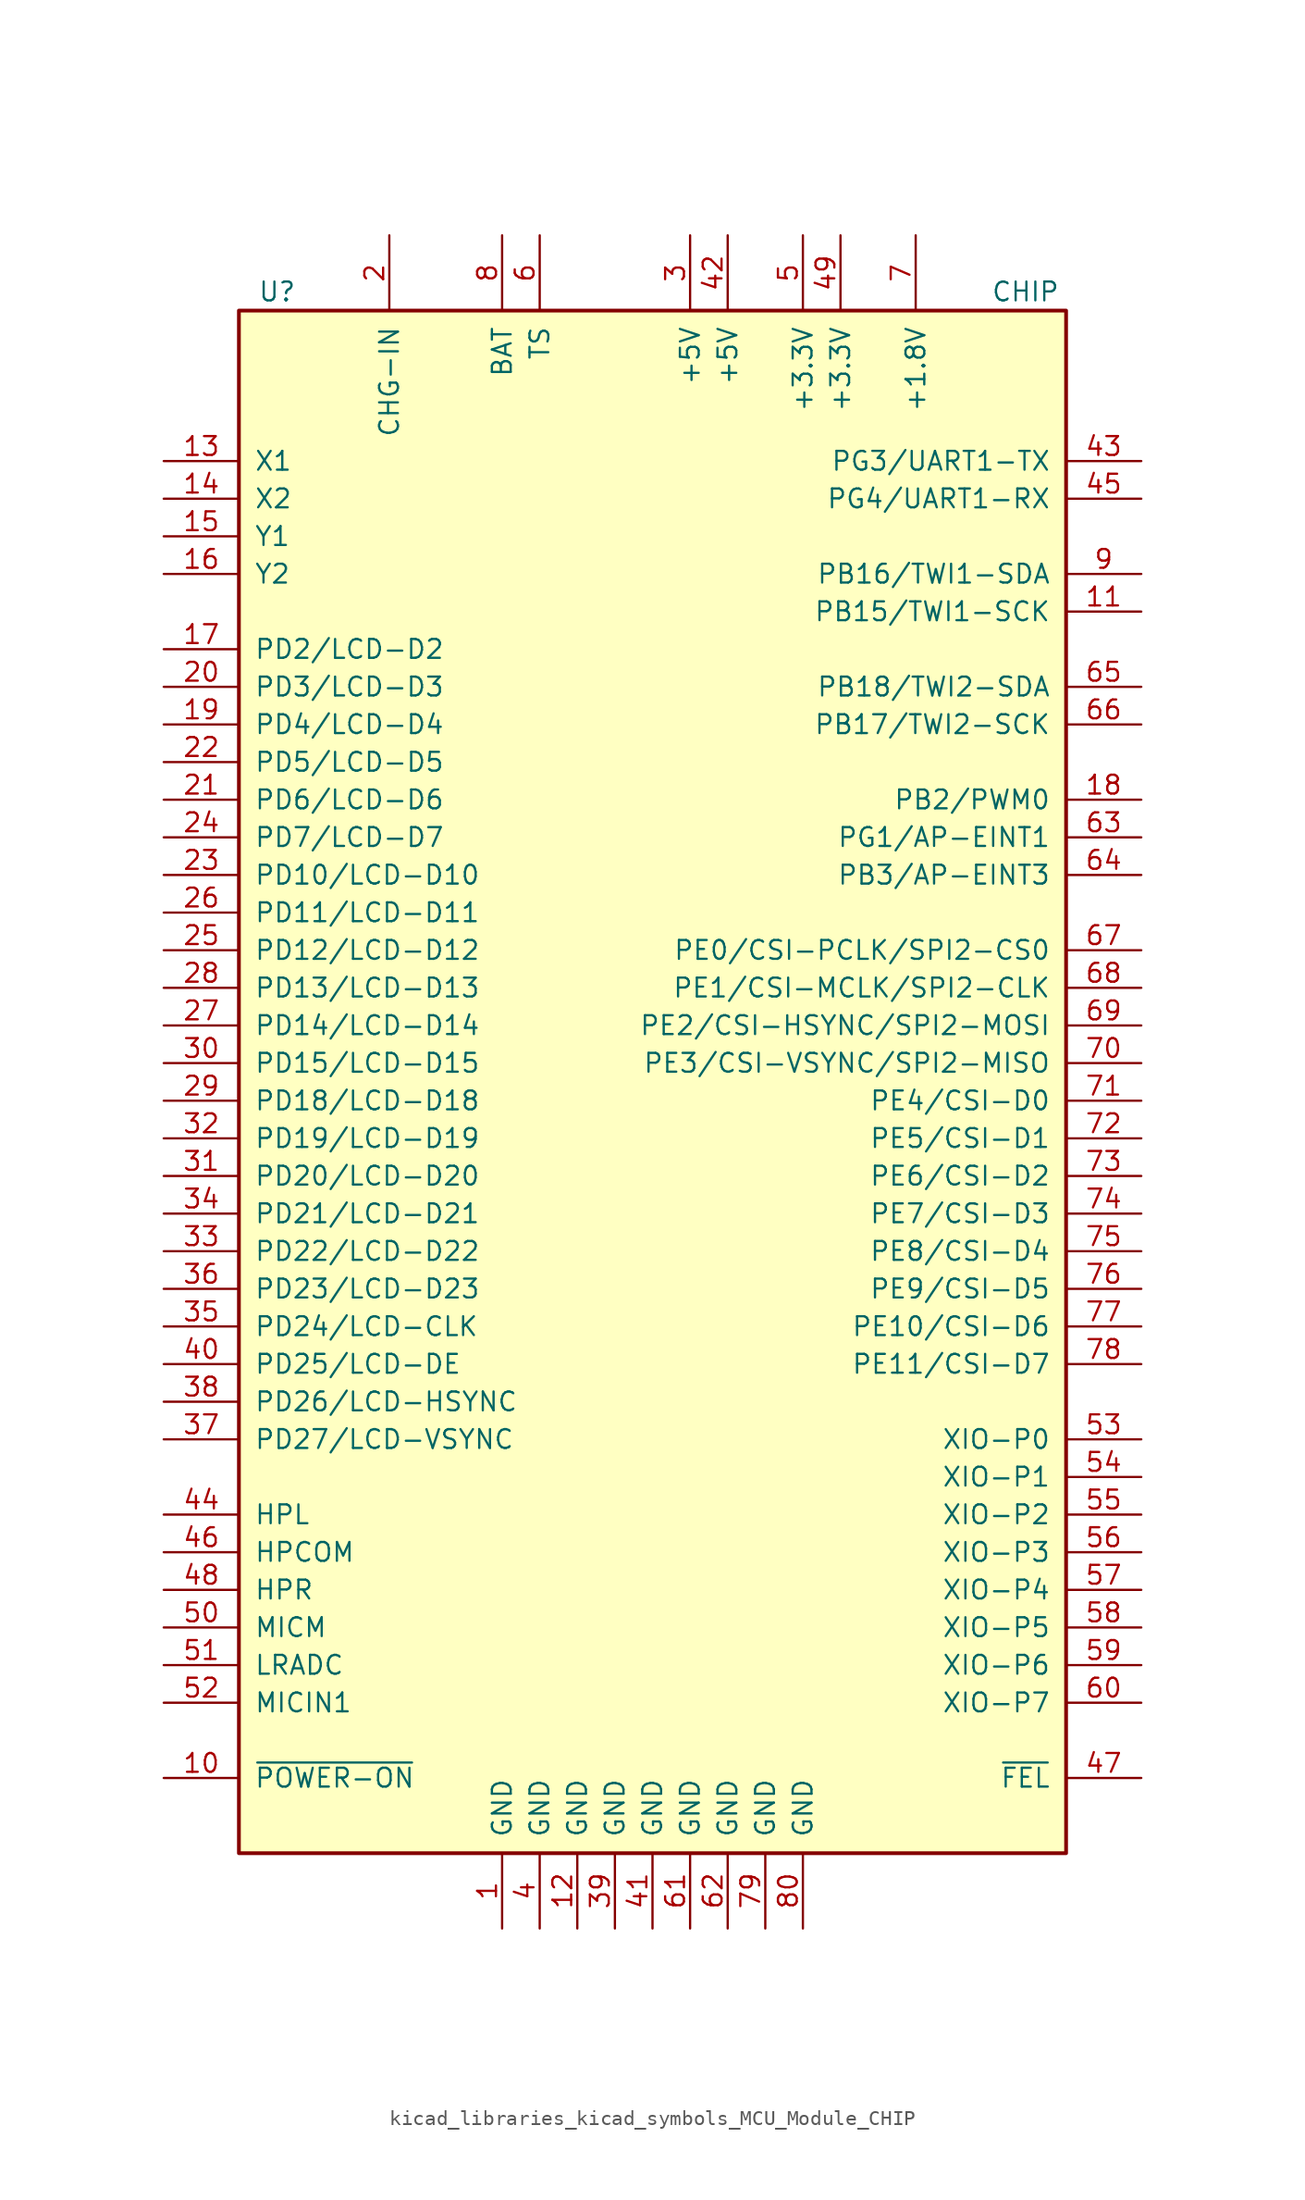
<source format=kicad_sym>
(kicad_symbol_lib
  (version 20220914)
  (generator kicad_symbol_editor)
  (symbol "kicad_libraries_kicad_symbols_MCU_Module_CHIP"
    (pin_names
      (offset 1.016))
    (property "Reference" "U"
      (at -26.67 49.53 0)
      (effects (font (size 1.27 1.27)) (justify left)))
    (property "Value" "CHIP"
      (at 22.86 49.53 0)
      (effects (font (size 1.27 1.27)) (justify left)))
    (symbol "kicad_libraries_kicad_symbols_MCU_Module_CHIP_0_1"
      (rectangle (start -27.94 48.26) (end 27.94 -55.88) (stroke (width 0.254) (type default)) (fill (type background))))
    (symbol "kicad_libraries_kicad_symbols_MCU_Module_CHIP_1_1"
      (pin power_in line (at -10.16 -60.96 90) (length 5.08) (name "GND" (effects (font (size 1.27 1.27)))) (number "1" (effects (font (size 1.27 1.27)))))
      (pin input line (at -33.02 -50.8 0) (length 5.08) (name "~{POWER-ON}" (effects (font (size 1.27 1.27)))) (number "10" (effects (font (size 1.27 1.27)))))
      (pin bidirectional line (at 33.02 27.94 180) (length 5.08) (name "PB15/TWI1-SCK" (effects (font (size 1.27 1.27)))) (number "11" (effects (font (size 1.27 1.27)))))
      (pin power_in line (at -5.08 -60.96 90) (length 5.08) (name "GND" (effects (font (size 1.27 1.27)))) (number "12" (effects (font (size 1.27 1.27)))))
      (pin input line (at -33.02 38.1 0) (length 5.08) (name "X1" (effects (font (size 1.27 1.27)))) (number "13" (effects (font (size 1.27 1.27)))))
      (pin input line (at -33.02 35.56 0) (length 5.08) (name "X2" (effects (font (size 1.27 1.27)))) (number "14" (effects (font (size 1.27 1.27)))))
      (pin input line (at -33.02 33.02 0) (length 5.08) (name "Y1" (effects (font (size 1.27 1.27)))) (number "15" (effects (font (size 1.27 1.27)))))
      (pin input line (at -33.02 30.48 0) (length 5.08) (name "Y2" (effects (font (size 1.27 1.27)))) (number "16" (effects (font (size 1.27 1.27)))))
      (pin bidirectional line (at -33.02 25.4 0) (length 5.08) (name "PD2/LCD-D2" (effects (font (size 1.27 1.27)))) (number "17" (effects (font (size 1.27 1.27)))))
      (pin bidirectional line (at 33.02 15.24 180) (length 5.08) (name "PB2/PWM0" (effects (font (size 1.27 1.27)))) (number "18" (effects (font (size 1.27 1.27)))))
      (pin bidirectional line (at -33.02 20.32 0) (length 5.08) (name "PD4/LCD-D4" (effects (font (size 1.27 1.27)))) (number "19" (effects (font (size 1.27 1.27)))))
      (pin power_in line (at -17.78 53.34 270) (length 5.08) (name "CHG-IN" (effects (font (size 1.27 1.27)))) (number "2" (effects (font (size 1.27 1.27)))))
      (pin bidirectional line (at -33.02 22.86 0) (length 5.08) (name "PD3/LCD-D3" (effects (font (size 1.27 1.27)))) (number "20" (effects (font (size 1.27 1.27)))))
      (pin bidirectional line (at -33.02 15.24 0) (length 5.08) (name "PD6/LCD-D6" (effects (font (size 1.27 1.27)))) (number "21" (effects (font (size 1.27 1.27)))))
      (pin bidirectional line (at -33.02 17.78 0) (length 5.08) (name "PD5/LCD-D5" (effects (font (size 1.27 1.27)))) (number "22" (effects (font (size 1.27 1.27)))))
      (pin bidirectional line (at -33.02 10.16 0) (length 5.08) (name "PD10/LCD-D10" (effects (font (size 1.27 1.27)))) (number "23" (effects (font (size 1.27 1.27)))))
      (pin bidirectional line (at -33.02 12.7 0) (length 5.08) (name "PD7/LCD-D7" (effects (font (size 1.27 1.27)))) (number "24" (effects (font (size 1.27 1.27)))))
      (pin bidirectional line (at -33.02 5.08 0) (length 5.08) (name "PD12/LCD-D12" (effects (font (size 1.27 1.27)))) (number "25" (effects (font (size 1.27 1.27)))))
      (pin bidirectional line (at -33.02 7.62 0) (length 5.08) (name "PD11/LCD-D11" (effects (font (size 1.27 1.27)))) (number "26" (effects (font (size 1.27 1.27)))))
      (pin bidirectional line (at -33.02 0 0) (length 5.08) (name "PD14/LCD-D14" (effects (font (size 1.27 1.27)))) (number "27" (effects (font (size 1.27 1.27)))))
      (pin bidirectional line (at -33.02 2.54 0) (length 5.08) (name "PD13/LCD-D13" (effects (font (size 1.27 1.27)))) (number "28" (effects (font (size 1.27 1.27)))))
      (pin bidirectional line (at -33.02 -5.08 0) (length 5.08) (name "PD18/LCD-D18" (effects (font (size 1.27 1.27)))) (number "29" (effects (font (size 1.27 1.27)))))
      (pin power_out line (at 2.54 53.34 270) (length 5.08) (name "+5V" (effects (font (size 1.27 1.27)))) (number "3" (effects (font (size 1.27 1.27)))))
      (pin bidirectional line (at -33.02 -2.54 0) (length 5.08) (name "PD15/LCD-D15" (effects (font (size 1.27 1.27)))) (number "30" (effects (font (size 1.27 1.27)))))
      (pin bidirectional line (at -33.02 -10.16 0) (length 5.08) (name "PD20/LCD-D20" (effects (font (size 1.27 1.27)))) (number "31" (effects (font (size 1.27 1.27)))))
      (pin bidirectional line (at -33.02 -7.62 0) (length 5.08) (name "PD19/LCD-D19" (effects (font (size 1.27 1.27)))) (number "32" (effects (font (size 1.27 1.27)))))
      (pin bidirectional line (at -33.02 -15.24 0) (length 5.08) (name "PD22/LCD-D22" (effects (font (size 1.27 1.27)))) (number "33" (effects (font (size 1.27 1.27)))))
      (pin bidirectional line (at -33.02 -12.7 0) (length 5.08) (name "PD21/LCD-D21" (effects (font (size 1.27 1.27)))) (number "34" (effects (font (size 1.27 1.27)))))
      (pin bidirectional line (at -33.02 -20.32 0) (length 5.08) (name "PD24/LCD-CLK" (effects (font (size 1.27 1.27)))) (number "35" (effects (font (size 1.27 1.27)))))
      (pin bidirectional line (at -33.02 -17.78 0) (length 5.08) (name "PD23/LCD-D23" (effects (font (size 1.27 1.27)))) (number "36" (effects (font (size 1.27 1.27)))))
      (pin bidirectional line (at -33.02 -27.94 0) (length 5.08) (name "PD27/LCD-VSYNC" (effects (font (size 1.27 1.27)))) (number "37" (effects (font (size 1.27 1.27)))))
      (pin bidirectional line (at -33.02 -25.4 0) (length 5.08) (name "PD26/LCD-HSYNC" (effects (font (size 1.27 1.27)))) (number "38" (effects (font (size 1.27 1.27)))))
      (pin power_in line (at -2.54 -60.96 90) (length 5.08) (name "GND" (effects (font (size 1.27 1.27)))) (number "39" (effects (font (size 1.27 1.27)))))
      (pin power_in line (at -7.62 -60.96 90) (length 5.08) (name "GND" (effects (font (size 1.27 1.27)))) (number "4" (effects (font (size 1.27 1.27)))))
      (pin bidirectional line (at -33.02 -22.86 0) (length 5.08) (name "PD25/LCD-DE" (effects (font (size 1.27 1.27)))) (number "40" (effects (font (size 1.27 1.27)))))
      (pin power_in line (at 0 -60.96 90) (length 5.08) (name "GND" (effects (font (size 1.27 1.27)))) (number "41" (effects (font (size 1.27 1.27)))))
      (pin power_out line (at 5.08 53.34 270) (length 5.08) (name "+5V" (effects (font (size 1.27 1.27)))) (number "42" (effects (font (size 1.27 1.27)))))
      (pin bidirectional line (at 33.02 38.1 180) (length 5.08) (name "PG3/UART1-TX" (effects (font (size 1.27 1.27)))) (number "43" (effects (font (size 1.27 1.27)))))
      (pin output line (at -33.02 -33.02 0) (length 5.08) (name "HPL" (effects (font (size 1.27 1.27)))) (number "44" (effects (font (size 1.27 1.27)))))
      (pin input line (at 33.02 35.56 180) (length 5.08) (name "PG4/UART1-RX" (effects (font (size 1.27 1.27)))) (number "45" (effects (font (size 1.27 1.27)))))
      (pin output line (at -33.02 -35.56 0) (length 5.08) (name "HPCOM" (effects (font (size 1.27 1.27)))) (number "46" (effects (font (size 1.27 1.27)))))
      (pin input line (at 33.02 -50.8 180) (length 5.08) (name "~{FEL}" (effects (font (size 1.27 1.27)))) (number "47" (effects (font (size 1.27 1.27)))))
      (pin output line (at -33.02 -38.1 0) (length 5.08) (name "HPR" (effects (font (size 1.27 1.27)))) (number "48" (effects (font (size 1.27 1.27)))))
      (pin power_out line (at 12.7 53.34 270) (length 5.08) (name "+3.3V" (effects (font (size 1.27 1.27)))) (number "49" (effects (font (size 1.27 1.27)))))
      (pin power_out line (at 10.16 53.34 270) (length 5.08) (name "+3.3V" (effects (font (size 1.27 1.27)))) (number "5" (effects (font (size 1.27 1.27)))))
      (pin power_out line (at -33.02 -40.64 0) (length 5.08) (name "MICM" (effects (font (size 1.27 1.27)))) (number "50" (effects (font (size 1.27 1.27)))))
      (pin power_out line (at -33.02 -43.18 0) (length 5.08) (name "LRADC" (effects (font (size 1.27 1.27)))) (number "51" (effects (font (size 1.27 1.27)))))
      (pin input line (at -33.02 -45.72 0) (length 5.08) (name "MICIN1" (effects (font (size 1.27 1.27)))) (number "52" (effects (font (size 1.27 1.27)))))
      (pin bidirectional line (at 33.02 -27.94 180) (length 5.08) (name "XIO-P0" (effects (font (size 1.27 1.27)))) (number "53" (effects (font (size 1.27 1.27)))))
      (pin bidirectional line (at 33.02 -30.48 180) (length 5.08) (name "XIO-P1" (effects (font (size 1.27 1.27)))) (number "54" (effects (font (size 1.27 1.27)))))
      (pin bidirectional line (at 33.02 -33.02 180) (length 5.08) (name "XIO-P2" (effects (font (size 1.27 1.27)))) (number "55" (effects (font (size 1.27 1.27)))))
      (pin bidirectional line (at 33.02 -35.56 180) (length 5.08) (name "XIO-P3" (effects (font (size 1.27 1.27)))) (number "56" (effects (font (size 1.27 1.27)))))
      (pin bidirectional line (at 33.02 -38.1 180) (length 5.08) (name "XIO-P4" (effects (font (size 1.27 1.27)))) (number "57" (effects (font (size 1.27 1.27)))))
      (pin bidirectional line (at 33.02 -40.64 180) (length 5.08) (name "XIO-P5" (effects (font (size 1.27 1.27)))) (number "58" (effects (font (size 1.27 1.27)))))
      (pin bidirectional line (at 33.02 -43.18 180) (length 5.08) (name "XIO-P6" (effects (font (size 1.27 1.27)))) (number "59" (effects (font (size 1.27 1.27)))))
      (pin input line (at -7.62 53.34 270) (length 5.08) (name "TS" (effects (font (size 1.27 1.27)))) (number "6" (effects (font (size 1.27 1.27)))))
      (pin bidirectional line (at 33.02 -45.72 180) (length 5.08) (name "XIO-P7" (effects (font (size 1.27 1.27)))) (number "60" (effects (font (size 1.27 1.27)))))
      (pin power_in line (at 2.54 -60.96 90) (length 5.08) (name "GND" (effects (font (size 1.27 1.27)))) (number "61" (effects (font (size 1.27 1.27)))))
      (pin power_in line (at 5.08 -60.96 90) (length 5.08) (name "GND" (effects (font (size 1.27 1.27)))) (number "62" (effects (font (size 1.27 1.27)))))
      (pin bidirectional line (at 33.02 12.7 180) (length 5.08) (name "PG1/AP-EINT1" (effects (font (size 1.27 1.27)))) (number "63" (effects (font (size 1.27 1.27)))))
      (pin bidirectional line (at 33.02 10.16 180) (length 5.08) (name "PB3/AP-EINT3" (effects (font (size 1.27 1.27)))) (number "64" (effects (font (size 1.27 1.27)))))
      (pin bidirectional line (at 33.02 22.86 180) (length 5.08) (name "PB18/TWI2-SDA" (effects (font (size 1.27 1.27)))) (number "65" (effects (font (size 1.27 1.27)))))
      (pin bidirectional line (at 33.02 20.32 180) (length 5.08) (name "PB17/TWI2-SCK" (effects (font (size 1.27 1.27)))) (number "66" (effects (font (size 1.27 1.27)))))
      (pin bidirectional line (at 33.02 5.08 180) (length 5.08) (name "PE0/CSI-PCLK/SPI2-CS0" (effects (font (size 1.27 1.27)))) (number "67" (effects (font (size 1.27 1.27)))))
      (pin bidirectional line (at 33.02 2.54 180) (length 5.08) (name "PE1/CSI-MCLK/SPI2-CLK" (effects (font (size 1.27 1.27)))) (number "68" (effects (font (size 1.27 1.27)))))
      (pin bidirectional line (at 33.02 0 180) (length 5.08) (name "PE2/CSI-HSYNC/SPI2-MOSI" (effects (font (size 1.27 1.27)))) (number "69" (effects (font (size 1.27 1.27)))))
      (pin power_out line (at 17.78 53.34 270) (length 5.08) (name "+1.8V" (effects (font (size 1.27 1.27)))) (number "7" (effects (font (size 1.27 1.27)))))
      (pin bidirectional line (at 33.02 -2.54 180) (length 5.08) (name "PE3/CSI-VSYNC/SPI2-MISO" (effects (font (size 1.27 1.27)))) (number "70" (effects (font (size 1.27 1.27)))))
      (pin bidirectional line (at 33.02 -5.08 180) (length 5.08) (name "PE4/CSI-D0" (effects (font (size 1.27 1.27)))) (number "71" (effects (font (size 1.27 1.27)))))
      (pin bidirectional line (at 33.02 -7.62 180) (length 5.08) (name "PE5/CSI-D1" (effects (font (size 1.27 1.27)))) (number "72" (effects (font (size 1.27 1.27)))))
      (pin bidirectional line (at 33.02 -10.16 180) (length 5.08) (name "PE6/CSI-D2" (effects (font (size 1.27 1.27)))) (number "73" (effects (font (size 1.27 1.27)))))
      (pin bidirectional line (at 33.02 -12.7 180) (length 5.08) (name "PE7/CSI-D3" (effects (font (size 1.27 1.27)))) (number "74" (effects (font (size 1.27 1.27)))))
      (pin bidirectional line (at 33.02 -15.24 180) (length 5.08) (name "PE8/CSI-D4" (effects (font (size 1.27 1.27)))) (number "75" (effects (font (size 1.27 1.27)))))
      (pin bidirectional line (at 33.02 -17.78 180) (length 5.08) (name "PE9/CSI-D5" (effects (font (size 1.27 1.27)))) (number "76" (effects (font (size 1.27 1.27)))))
      (pin bidirectional line (at 33.02 -20.32 180) (length 5.08) (name "PE10/CSI-D6" (effects (font (size 1.27 1.27)))) (number "77" (effects (font (size 1.27 1.27)))))
      (pin bidirectional line (at 33.02 -22.86 180) (length 5.08) (name "PE11/CSI-D7" (effects (font (size 1.27 1.27)))) (number "78" (effects (font (size 1.27 1.27)))))
      (pin power_in line (at 7.62 -60.96 90) (length 5.08) (name "GND" (effects (font (size 1.27 1.27)))) (number "79" (effects (font (size 1.27 1.27)))))
      (pin power_in line (at -10.16 53.34 270) (length 5.08) (name "BAT" (effects (font (size 1.27 1.27)))) (number "8" (effects (font (size 1.27 1.27)))))
      (pin power_in line (at 10.16 -60.96 90) (length 5.08) (name "GND" (effects (font (size 1.27 1.27)))) (number "80" (effects (font (size 1.27 1.27)))))
      (pin bidirectional line (at 33.02 30.48 180) (length 5.08) (name "PB16/TWI1-SDA" (effects (font (size 1.27 1.27)))) (number "9" (effects (font (size 1.27 1.27))))))))
</source>
